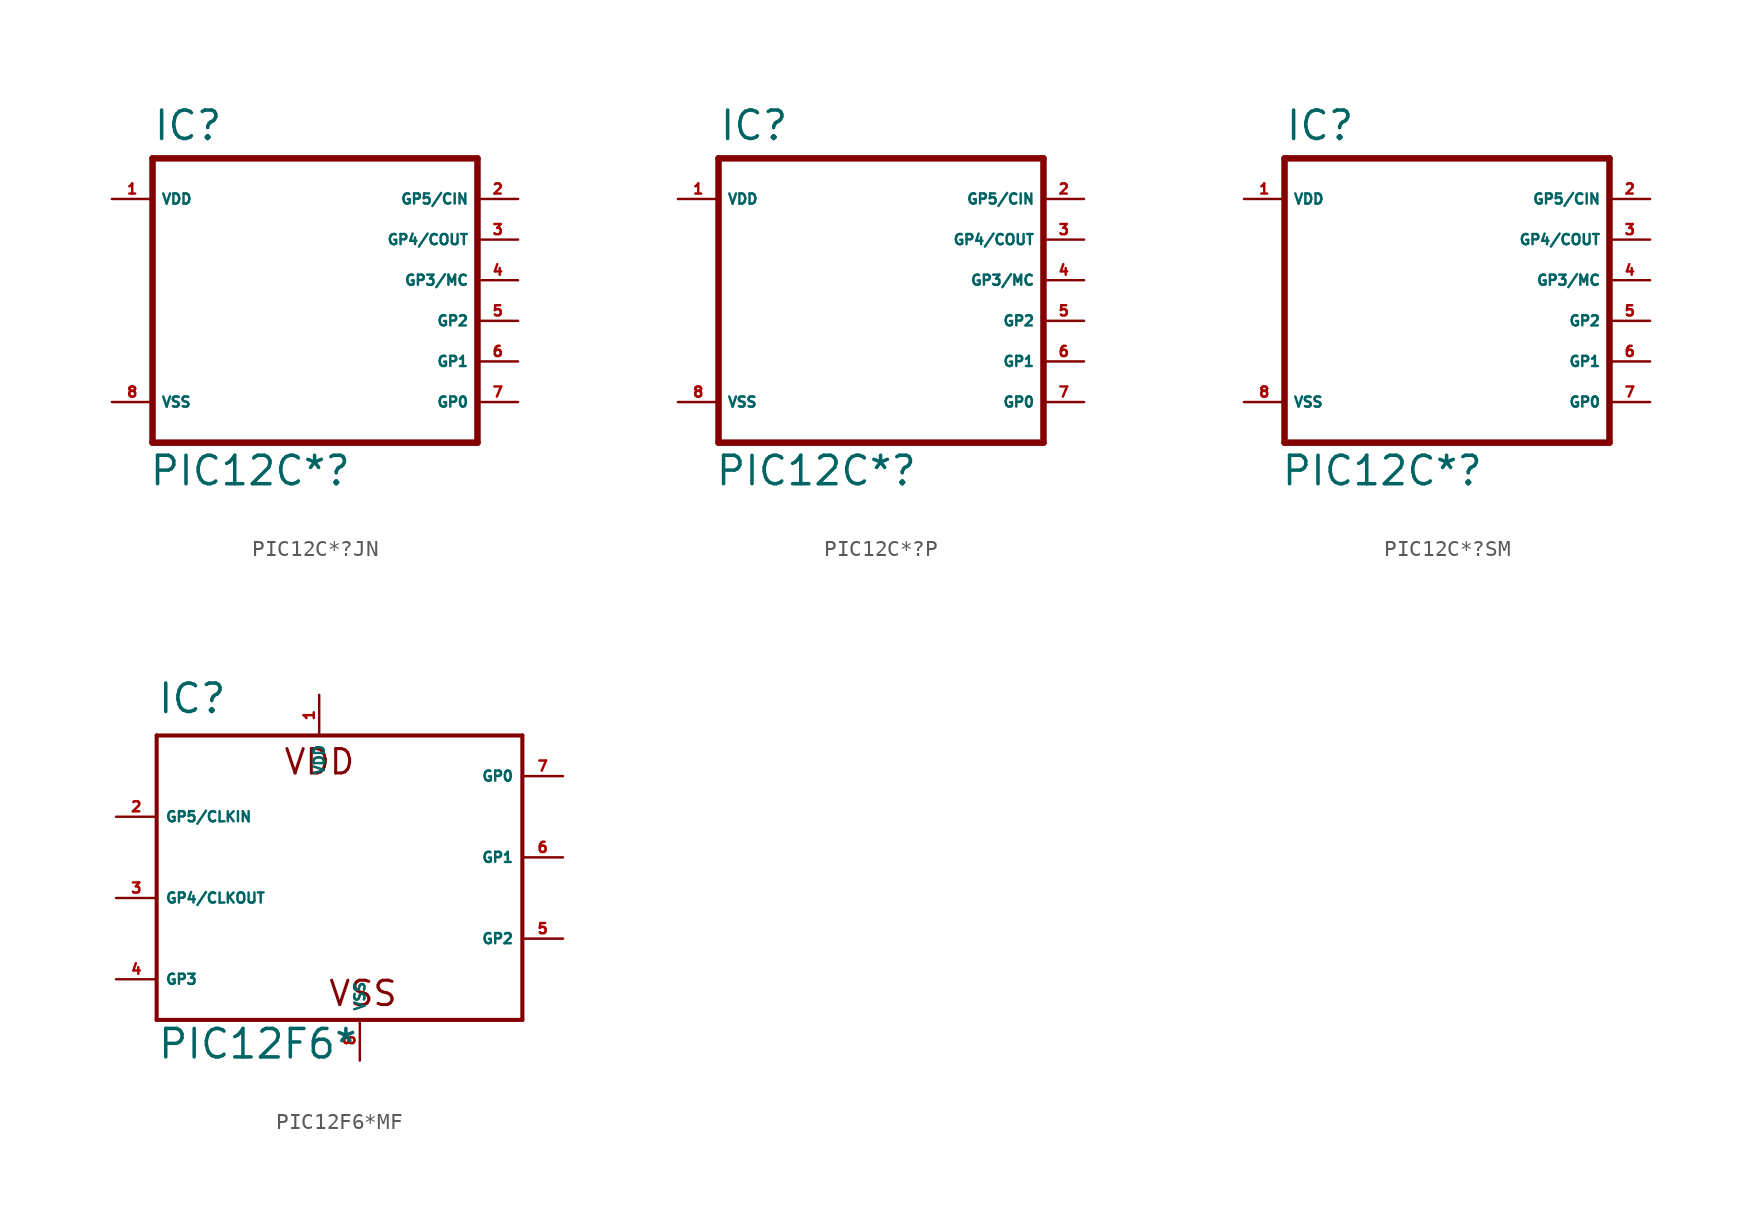
<source format=kicad_sym>
(kicad_symbol_lib
  (version 20220914)
  (generator Eagle2Kicad)
  (symbol "PIC12C*?JN"
    (property "Reference" "IC"
      (at -10.16 11.176 0)
      (effects (font (size 1.778 1.778) (thickness 0.22)) (justify left bottom)))
    (property "Value" "PIC12C*?"
      (at -10.414 -10.414 0)
      (effects (font (size 1.778 1.778) (thickness 0.22)) (justify left bottom)))
    (polyline
      (pts (xy -10.16 10.16) (xy 10.16 10.16))
      (stroke (width 0.406) (type default))
      (fill (type none)))
    (polyline
      (pts (xy 10.16 10.16) (xy 10.16 -7.62))
      (stroke (width 0.406) (type default))
      (fill (type none)))
    (polyline
      (pts (xy 10.16 -7.62) (xy -10.16 -7.62))
      (stroke (width 0.406) (type default))
      (fill (type none)))
    (polyline
      (pts (xy -10.16 -7.62) (xy -10.16 10.16))
      (stroke (width 0.406) (type default))
      (fill (type none)))
    (pin bidirectional line
      (at 12.7 -5.08 180)
      (length 2.54)
      (name "GP0" (effects (font (size 0.635 0.635) (thickness 0.08)) (justify left bottom)))
      (number "7" (effects (font (size 0.635 0.635) (thickness 0.08)) (justify left bottom))))
    (pin bidirectional line
      (at 12.7 -2.54 180)
      (length 2.54)
      (name "GP1" (effects (font (size 0.635 0.635) (thickness 0.08)) (justify left bottom)))
      (number "6" (effects (font (size 0.635 0.635) (thickness 0.08)) (justify left bottom))))
    (pin bidirectional line
      (at 12.7 0 180)
      (length 2.54)
      (name "GP2" (effects (font (size 0.635 0.635) (thickness 0.08)) (justify left bottom)))
      (number "5" (effects (font (size 0.635 0.635) (thickness 0.08)) (justify left bottom))))
    (pin input line
      (at 12.7 2.54 180)
      (length 2.54)
      (name "GP3/MC" (effects (font (size 0.635 0.635) (thickness 0.08)) (justify left bottom)))
      (number "4" (effects (font (size 0.635 0.635) (thickness 0.08)) (justify left bottom))))
    (pin bidirectional line
      (at 12.7 5.08 180)
      (length 2.54)
      (name "GP4/COUT" (effects (font (size 0.635 0.635) (thickness 0.08)) (justify left bottom)))
      (number "3" (effects (font (size 0.635 0.635) (thickness 0.08)) (justify left bottom))))
    (pin unspecified line
      (at -12.7 7.62 0)
      (length 2.54)
      (name "VDD" (effects (font (size 0.635 0.635) (thickness 0.08)) (justify left bottom)))
      (number "1" (effects (font (size 0.635 0.635) (thickness 0.08)) (justify left bottom))))
    (pin unspecified line
      (at -12.7 -5.08 0)
      (length 2.54)
      (name "VSS" (effects (font (size 0.635 0.635) (thickness 0.08)) (justify left bottom)))
      (number "8" (effects (font (size 0.635 0.635) (thickness 0.08)) (justify left bottom))))
    (pin bidirectional line
      (at 12.7 7.62 180)
      (length 2.54)
      (name "GP5/CIN" (effects (font (size 0.635 0.635) (thickness 0.08)) (justify left bottom)))
      (number "2" (effects (font (size 0.635 0.635) (thickness 0.08)) (justify left bottom)))))
  (symbol "PIC12C*?P"
    (property "Reference" "IC"
      (at -10.16 11.176 0)
      (effects (font (size 1.778 1.778) (thickness 0.22)) (justify left bottom)))
    (property "Value" "PIC12C*?"
      (at -10.414 -10.414 0)
      (effects (font (size 1.778 1.778) (thickness 0.22)) (justify left bottom)))
    (polyline
      (pts (xy -10.16 10.16) (xy 10.16 10.16))
      (stroke (width 0.406) (type default))
      (fill (type none)))
    (polyline
      (pts (xy 10.16 10.16) (xy 10.16 -7.62))
      (stroke (width 0.406) (type default))
      (fill (type none)))
    (polyline
      (pts (xy 10.16 -7.62) (xy -10.16 -7.62))
      (stroke (width 0.406) (type default))
      (fill (type none)))
    (polyline
      (pts (xy -10.16 -7.62) (xy -10.16 10.16))
      (stroke (width 0.406) (type default))
      (fill (type none)))
    (pin bidirectional line
      (at 12.7 -5.08 180)
      (length 2.54)
      (name "GP0" (effects (font (size 0.635 0.635) (thickness 0.08)) (justify left bottom)))
      (number "7" (effects (font (size 0.635 0.635) (thickness 0.08)) (justify left bottom))))
    (pin bidirectional line
      (at 12.7 -2.54 180)
      (length 2.54)
      (name "GP1" (effects (font (size 0.635 0.635) (thickness 0.08)) (justify left bottom)))
      (number "6" (effects (font (size 0.635 0.635) (thickness 0.08)) (justify left bottom))))
    (pin bidirectional line
      (at 12.7 0 180)
      (length 2.54)
      (name "GP2" (effects (font (size 0.635 0.635) (thickness 0.08)) (justify left bottom)))
      (number "5" (effects (font (size 0.635 0.635) (thickness 0.08)) (justify left bottom))))
    (pin input line
      (at 12.7 2.54 180)
      (length 2.54)
      (name "GP3/MC" (effects (font (size 0.635 0.635) (thickness 0.08)) (justify left bottom)))
      (number "4" (effects (font (size 0.635 0.635) (thickness 0.08)) (justify left bottom))))
    (pin bidirectional line
      (at 12.7 5.08 180)
      (length 2.54)
      (name "GP4/COUT" (effects (font (size 0.635 0.635) (thickness 0.08)) (justify left bottom)))
      (number "3" (effects (font (size 0.635 0.635) (thickness 0.08)) (justify left bottom))))
    (pin unspecified line
      (at -12.7 7.62 0)
      (length 2.54)
      (name "VDD" (effects (font (size 0.635 0.635) (thickness 0.08)) (justify left bottom)))
      (number "1" (effects (font (size 0.635 0.635) (thickness 0.08)) (justify left bottom))))
    (pin unspecified line
      (at -12.7 -5.08 0)
      (length 2.54)
      (name "VSS" (effects (font (size 0.635 0.635) (thickness 0.08)) (justify left bottom)))
      (number "8" (effects (font (size 0.635 0.635) (thickness 0.08)) (justify left bottom))))
    (pin bidirectional line
      (at 12.7 7.62 180)
      (length 2.54)
      (name "GP5/CIN" (effects (font (size 0.635 0.635) (thickness 0.08)) (justify left bottom)))
      (number "2" (effects (font (size 0.635 0.635) (thickness 0.08)) (justify left bottom)))))
  (symbol "PIC12C*?SM"
    (property "Reference" "IC"
      (at -10.16 11.176 0)
      (effects (font (size 1.778 1.778) (thickness 0.22)) (justify left bottom)))
    (property "Value" "PIC12C*?"
      (at -10.414 -10.414 0)
      (effects (font (size 1.778 1.778) (thickness 0.22)) (justify left bottom)))
    (polyline
      (pts (xy -10.16 10.16) (xy 10.16 10.16))
      (stroke (width 0.406) (type default))
      (fill (type none)))
    (polyline
      (pts (xy 10.16 10.16) (xy 10.16 -7.62))
      (stroke (width 0.406) (type default))
      (fill (type none)))
    (polyline
      (pts (xy 10.16 -7.62) (xy -10.16 -7.62))
      (stroke (width 0.406) (type default))
      (fill (type none)))
    (polyline
      (pts (xy -10.16 -7.62) (xy -10.16 10.16))
      (stroke (width 0.406) (type default))
      (fill (type none)))
    (pin bidirectional line
      (at 12.7 -5.08 180)
      (length 2.54)
      (name "GP0" (effects (font (size 0.635 0.635) (thickness 0.08)) (justify left bottom)))
      (number "7" (effects (font (size 0.635 0.635) (thickness 0.08)) (justify left bottom))))
    (pin bidirectional line
      (at 12.7 -2.54 180)
      (length 2.54)
      (name "GP1" (effects (font (size 0.635 0.635) (thickness 0.08)) (justify left bottom)))
      (number "6" (effects (font (size 0.635 0.635) (thickness 0.08)) (justify left bottom))))
    (pin bidirectional line
      (at 12.7 0 180)
      (length 2.54)
      (name "GP2" (effects (font (size 0.635 0.635) (thickness 0.08)) (justify left bottom)))
      (number "5" (effects (font (size 0.635 0.635) (thickness 0.08)) (justify left bottom))))
    (pin input line
      (at 12.7 2.54 180)
      (length 2.54)
      (name "GP3/MC" (effects (font (size 0.635 0.635) (thickness 0.08)) (justify left bottom)))
      (number "4" (effects (font (size 0.635 0.635) (thickness 0.08)) (justify left bottom))))
    (pin bidirectional line
      (at 12.7 5.08 180)
      (length 2.54)
      (name "GP4/COUT" (effects (font (size 0.635 0.635) (thickness 0.08)) (justify left bottom)))
      (number "3" (effects (font (size 0.635 0.635) (thickness 0.08)) (justify left bottom))))
    (pin unspecified line
      (at -12.7 7.62 0)
      (length 2.54)
      (name "VDD" (effects (font (size 0.635 0.635) (thickness 0.08)) (justify left bottom)))
      (number "1" (effects (font (size 0.635 0.635) (thickness 0.08)) (justify left bottom))))
    (pin unspecified line
      (at -12.7 -5.08 0)
      (length 2.54)
      (name "VSS" (effects (font (size 0.635 0.635) (thickness 0.08)) (justify left bottom)))
      (number "8" (effects (font (size 0.635 0.635) (thickness 0.08)) (justify left bottom))))
    (pin bidirectional line
      (at 12.7 7.62 180)
      (length 2.54)
      (name "GP5/CIN" (effects (font (size 0.635 0.635) (thickness 0.08)) (justify left bottom)))
      (number "2" (effects (font (size 0.635 0.635) (thickness 0.08)) (justify left bottom)))))
  (symbol "PIC12F6*MF"
    (property "Reference" "IC"
      (at -10.16 11.43 0)
      (effects (font (size 1.778 1.778) (thickness 0.22)) (justify left bottom)))
    (property "Value" "PIC12F6*"
      (at -10.16 -10.16 0)
      (effects (font (size 1.778 1.778) (thickness 0.22)) (justify left bottom)))
    (polyline
      (pts (xy -10.16 10.16) (xy 12.7 10.16))
      (stroke (width 0.254) (type default))
      (fill (type none)))
    (polyline
      (pts (xy 12.7 10.16) (xy 12.7 -7.62))
      (stroke (width 0.254) (type default))
      (fill (type none)))
    (polyline
      (pts (xy 12.7 -7.62) (xy -10.16 -7.62))
      (stroke (width 0.254) (type default))
      (fill (type none)))
    (polyline
      (pts (xy -10.16 -7.62) (xy -10.16 10.16))
      (stroke (width 0.254) (type default))
      (fill (type none)))
    (text "VDD"
      (at -2.286 7.62 0)
      (effects (font (size 1.524 1.524) (thickness 0.19)) (justify left bottom)))
    (text "VSS"
      (at 0.508 -6.858 0)
      (effects (font (size 1.524 1.524) (thickness 0.19)) (justify left bottom)))
    (pin unspecified line
      (at 0 12.7 270)
      (length 2.54)
      (name "VDD" (effects (font (size 0.635 0.635) (thickness 0.08)) (justify left bottom)))
      (number "1" (effects (font (size 0.635 0.635) (thickness 0.08)) (justify left bottom))))
    (pin unspecified line
      (at 2.54 -10.16 90)
      (length 2.54)
      (name "VSS" (effects (font (size 0.635 0.635) (thickness 0.08)) (justify left bottom)))
      (number "8" (effects (font (size 0.635 0.635) (thickness 0.08)) (justify left bottom))))
    (pin bidirectional line
      (at -12.7 5.08 0)
      (length 2.54)
      (name "GP5/CLKIN" (effects (font (size 0.635 0.635) (thickness 0.08)) (justify left bottom)))
      (number "2" (effects (font (size 0.635 0.635) (thickness 0.08)) (justify left bottom))))
    (pin bidirectional line
      (at 15.24 7.62 180)
      (length 2.54)
      (name "GP0" (effects (font (size 0.635 0.635) (thickness 0.08)) (justify left bottom)))
      (number "7" (effects (font (size 0.635 0.635) (thickness 0.08)) (justify left bottom))))
    (pin bidirectional line
      (at -12.7 0 0)
      (length 2.54)
      (name "GP4/CLKOUT" (effects (font (size 0.635 0.635) (thickness 0.08)) (justify left bottom)))
      (number "3" (effects (font (size 0.635 0.635) (thickness 0.08)) (justify left bottom))))
    (pin bidirectional line
      (at 15.24 -2.54 180)
      (length 2.54)
      (name "GP2" (effects (font (size 0.635 0.635) (thickness 0.08)) (justify left bottom)))
      (number "5" (effects (font (size 0.635 0.635) (thickness 0.08)) (justify left bottom))))
    (pin bidirectional line
      (at 15.24 2.54 180)
      (length 2.54)
      (name "GP1" (effects (font (size 0.635 0.635) (thickness 0.08)) (justify left bottom)))
      (number "6" (effects (font (size 0.635 0.635) (thickness 0.08)) (justify left bottom))))
    (pin input line
      (at -12.7 -5.08 0)
      (length 2.54)
      (name "GP3" (effects (font (size 0.635 0.635) (thickness 0.08)) (justify left bottom)))
      (number "4" (effects (font (size 0.635 0.635) (thickness 0.08)) (justify left bottom))))))
</source>
